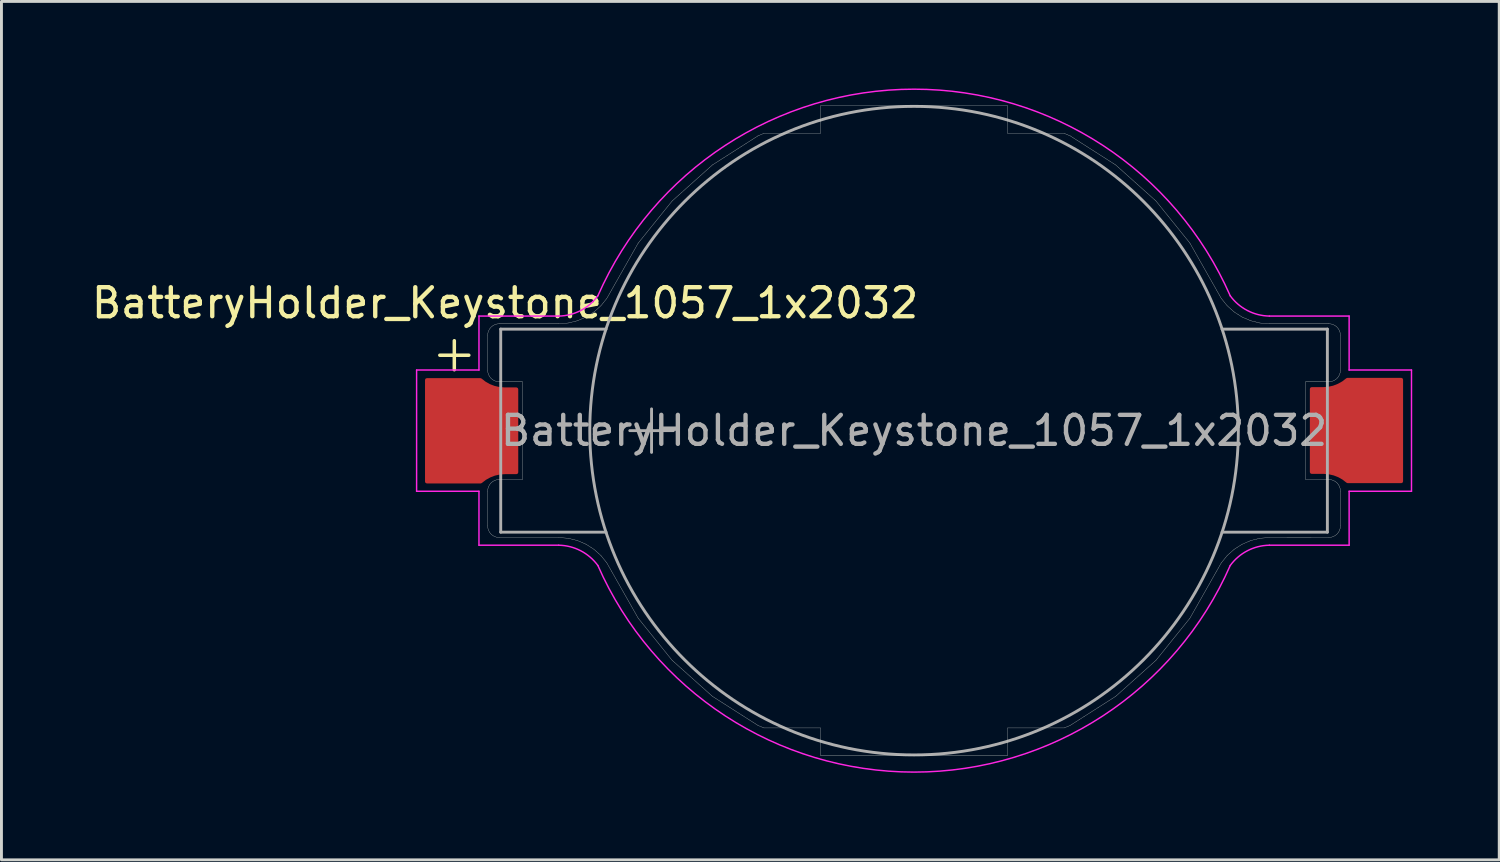
<source format=kicad_pcb>
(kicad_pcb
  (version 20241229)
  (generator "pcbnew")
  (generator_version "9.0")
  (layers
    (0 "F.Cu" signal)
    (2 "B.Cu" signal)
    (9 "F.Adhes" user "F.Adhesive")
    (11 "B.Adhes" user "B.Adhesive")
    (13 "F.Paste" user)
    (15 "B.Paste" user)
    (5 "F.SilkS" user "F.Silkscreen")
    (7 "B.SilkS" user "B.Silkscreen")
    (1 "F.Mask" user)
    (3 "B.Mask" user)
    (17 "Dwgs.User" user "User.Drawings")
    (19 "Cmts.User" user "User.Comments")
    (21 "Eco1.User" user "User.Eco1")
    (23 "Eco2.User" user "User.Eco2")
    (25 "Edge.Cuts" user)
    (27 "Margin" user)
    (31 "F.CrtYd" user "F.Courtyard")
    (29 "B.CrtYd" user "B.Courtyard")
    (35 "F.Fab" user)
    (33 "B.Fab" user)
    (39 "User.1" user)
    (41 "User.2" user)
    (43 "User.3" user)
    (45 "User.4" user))
  (footprint "BatteryHolder_Keystone_1057_1x2032"
    (layer "F.Cu")
    (at 28.463 11.797)
    (property "Reference" "BatteryHolder_Keystone_1057_1x2032" (at -14.1 -4.4 0) (layer "F.SilkS") (effects (font (size 1 1) (thickness 0.15))))
    (attr smd)
    (fp_line (start -15.85 -3.1) (end -15.85 -2.1) (stroke (width 0.12) (type solid)) (layer "F.SilkS"))
    (fp_line (start -15.35 -2.6) (end -16.35 -2.6) (stroke (width 0.12) (type solid)) (layer "F.SilkS"))
    (fp_line (start -14.7 -2.085) (end -14.7 -3.285) (stroke (width 0.01) (type solid)) (layer "Edge.Cuts"))
    (fp_line (start -14.7 3.285) (end -14.7 2.085) (stroke (width 0.01) (type solid)) (layer "Edge.Cuts"))
    (fp_line (start -14.3 -3.685) (end -12.245 -3.685) (stroke (width 0.01) (type solid)) (layer "Edge.Cuts"))
    (fp_line (start -14.3 1.685) (end -13.5 1.685) (stroke (width 0.01) (type solid)) (layer "Edge.Cuts"))
    (fp_line (start -13.5 -1.685) (end -14.3 -1.685) (stroke (width 0.01) (type solid)) (layer "Edge.Cuts"))
    (fp_line (start -13.5 1.685) (end -13.5 -1.685) (stroke (width 0.01) (type solid)) (layer "Edge.Cuts"))
    (fp_line (start -12.245 -3.685) (end -11.921 -3.711) (stroke (width 0.01) (type solid)) (layer "Edge.Cuts"))
    (fp_line (start -12.245 3.685) (end -14.3 3.685) (stroke (width 0.01) (type solid)) (layer "Edge.Cuts"))
    (fp_line (start -11.921 -3.711) (end -11.607 -3.789) (stroke (width 0.01) (type solid)) (layer "Edge.Cuts"))
    (fp_line (start -11.921 3.711) (end -12.245 3.685) (stroke (width 0.01) (type solid)) (layer "Edge.Cuts"))
    (fp_line (start -11.607 -3.789) (end -11.309 -3.917) (stroke (width 0.01) (type solid)) (layer "Edge.Cuts"))
    (fp_line (start -11.607 3.789) (end -11.921 3.711) (stroke (width 0.01) (type solid)) (layer "Edge.Cuts"))
    (fp_line (start -11.309 -3.917) (end -11.035 -4.092) (stroke (width 0.01) (type solid)) (layer "Edge.Cuts"))
    (fp_line (start -11.309 3.917) (end -11.607 3.789) (stroke (width 0.01) (type solid)) (layer "Edge.Cuts"))
    (fp_line (start -11.035 -4.092) (end -10.794 -4.308) (stroke (width 0.01) (type solid)) (layer "Edge.Cuts"))
    (fp_line (start -11.035 4.092) (end -11.309 3.917) (stroke (width 0.01) (type solid)) (layer "Edge.Cuts"))
    (fp_line (start -10.794 -4.308) (end -10.591 -4.561) (stroke (width 0.01) (type solid)) (layer "Edge.Cuts"))
    (fp_line (start -10.794 4.308) (end -11.035 4.092) (stroke (width 0.01) (type solid)) (layer "Edge.Cuts"))
    (fp_line (start -10.591 -4.561) (end -10.431 -4.843) (stroke (width 0.01) (type solid)) (layer "Edge.Cuts"))
    (fp_line (start -10.591 4.561) (end -10.794 4.308) (stroke (width 0.01) (type solid)) (layer "Edge.Cuts"))
    (fp_line (start -10.431 -4.843) (end -9.511 -6.465) (stroke (width 0.01) (type solid)) (layer "Edge.Cuts"))
    (fp_line (start -10.431 4.843) (end -10.591 4.561) (stroke (width 0.01) (type solid)) (layer "Edge.Cuts"))
    (fp_line (start -9.511 -6.465) (end -8.341 -7.917) (stroke (width 0.01) (type solid)) (layer "Edge.Cuts"))
    (fp_line (start -9.511 6.465) (end -10.431 4.843) (stroke (width 0.01) (type solid)) (layer "Edge.Cuts"))
    (fp_line (start -8.341 -7.917) (end -6.952 -9.16) (stroke (width 0.01) (type solid)) (layer "Edge.Cuts"))
    (fp_line (start -8.341 7.917) (end -9.511 6.465) (stroke (width 0.01) (type solid)) (layer "Edge.Cuts"))
    (fp_line (start -6.952 -9.16) (end -5.381 -10.163) (stroke (width 0.01) (type solid)) (layer "Edge.Cuts"))
    (fp_line (start -6.952 9.16) (end -8.341 7.917) (stroke (width 0.01) (type solid)) (layer "Edge.Cuts"))
    (fp_line (start -5.381 10.163) (end -6.952 9.16) (stroke (width 0.01) (type solid)) (layer "Edge.Cuts"))
    (fp_line (start -5.175 -10.25) (end -5.381 -10.163) (stroke (width 0.01) (type solid)) (layer "Edge.Cuts"))
    (fp_line (start -5.175 -10.25) (end -3.225 -10.25) (stroke (width 0.01) (type default)) (layer "Edge.Cuts"))
    (fp_line (start -5.175 10.25) (end -5.381 10.163) (stroke (width 0.01) (type solid)) (layer "Edge.Cuts"))
    (fp_line (start -5.175 10.25) (end -3.225 10.25) (stroke (width 0.01) (type default)) (layer "Edge.Cuts"))
    (fp_line (start -3.225 -10.25) (end -3.225 -11.2) (stroke (width 0.01) (type default)) (layer "Edge.Cuts"))
    (fp_line (start -3.225 10.25) (end -3.225 11.2) (stroke (width 0.01) (type default)) (layer "Edge.Cuts"))
    (fp_line (start 3.225 -11.2) (end -3.225 -11.2) (stroke (width 0.01) (type default)) (layer "Edge.Cuts"))
    (fp_line (start 3.225 -10.25) (end 3.225 -11.2) (stroke (width 0.01) (type default)) (layer "Edge.Cuts"))
    (fp_line (start 3.225 10.25) (end 3.225 11.2) (stroke (width 0.01) (type default)) (layer "Edge.Cuts"))
    (fp_line (start 3.225 11.2) (end -3.225 11.2) (stroke (width 0.01) (type default)) (layer "Edge.Cuts"))
    (fp_line (start 5.175 -10.25) (end 3.225 -10.25) (stroke (width 0.01) (type default)) (layer "Edge.Cuts"))
    (fp_line (start 5.175 -10.25) (end 5.381 -10.163) (stroke (width 0.01) (type solid)) (layer "Edge.Cuts"))
    (fp_line (start 5.175 10.25) (end 3.225 10.25) (stroke (width 0.01) (type default)) (layer "Edge.Cuts"))
    (fp_line (start 5.175 10.25) (end 5.381 10.163) (stroke (width 0.01) (type solid)) (layer "Edge.Cuts"))
    (fp_line (start 5.381 -10.163) (end 6.952 -9.16) (stroke (width 0.01) (type solid)) (layer "Edge.Cuts"))
    (fp_line (start 6.952 -9.16) (end 8.341 -7.917) (stroke (width 0.01) (type solid)) (layer "Edge.Cuts"))
    (fp_line (start 6.952 9.16) (end 5.381 10.163) (stroke (width 0.01) (type solid)) (layer "Edge.Cuts"))
    (fp_line (start 8.341 -7.917) (end 9.511 -6.465) (stroke (width 0.01) (type solid)) (layer "Edge.Cuts"))
    (fp_line (start 8.341 7.917) (end 6.952 9.16) (stroke (width 0.01) (type solid)) (layer "Edge.Cuts"))
    (fp_line (start 9.511 -6.465) (end 10.431 -4.843) (stroke (width 0.01) (type solid)) (layer "Edge.Cuts"))
    (fp_line (start 9.511 6.465) (end 8.341 7.917) (stroke (width 0.01) (type solid)) (layer "Edge.Cuts"))
    (fp_line (start 10.431 -4.843) (end 10.591 -4.561) (stroke (width 0.01) (type solid)) (layer "Edge.Cuts"))
    (fp_line (start 10.431 4.843) (end 9.511 6.465) (stroke (width 0.01) (type solid)) (layer "Edge.Cuts"))
    (fp_line (start 10.591 -4.561) (end 10.794 -4.308) (stroke (width 0.01) (type solid)) (layer "Edge.Cuts"))
    (fp_line (start 10.591 4.561) (end 10.431 4.843) (stroke (width 0.01) (type solid)) (layer "Edge.Cuts"))
    (fp_line (start 10.794 -4.308) (end 11.035 -4.092) (stroke (width 0.01) (type solid)) (layer "Edge.Cuts"))
    (fp_line (start 10.794 4.308) (end 10.591 4.561) (stroke (width 0.01) (type solid)) (layer "Edge.Cuts"))
    (fp_line (start 11.035 -4.092) (end 11.309 -3.917) (stroke (width 0.01) (type solid)) (layer "Edge.Cuts"))
    (fp_line (start 11.035 4.092) (end 10.794 4.308) (stroke (width 0.01) (type solid)) (layer "Edge.Cuts"))
    (fp_line (start 11.309 -3.917) (end 11.607 -3.789) (stroke (width 0.01) (type solid)) (layer "Edge.Cuts"))
    (fp_line (start 11.309 3.917) (end 11.035 4.092) (stroke (width 0.01) (type solid)) (layer "Edge.Cuts"))
    (fp_line (start 11.607 -3.789) (end 11.921 -3.711) (stroke (width 0.01) (type solid)) (layer "Edge.Cuts"))
    (fp_line (start 11.607 3.789) (end 11.309 3.917) (stroke (width 0.01) (type solid)) (layer "Edge.Cuts"))
    (fp_line (start 11.921 -3.711) (end 12.245 -3.685) (stroke (width 0.01) (type solid)) (layer "Edge.Cuts"))
    (fp_line (start 11.921 3.711) (end 11.607 3.789) (stroke (width 0.01) (type solid)) (layer "Edge.Cuts"))
    (fp_line (start 12.245 -3.685) (end 14.3 -3.685) (stroke (width 0.01) (type solid)) (layer "Edge.Cuts"))
    (fp_line (start 12.245 3.685) (end 11.921 3.711) (stroke (width 0.01) (type solid)) (layer "Edge.Cuts"))
    (fp_line (start 13.5 -1.685) (end 13.5 1.685) (stroke (width 0.01) (type solid)) (layer "Edge.Cuts"))
    (fp_line (start 13.5 1.685) (end 14.3 1.685) (stroke (width 0.01) (type solid)) (layer "Edge.Cuts"))
    (fp_line (start 14.3 -1.685) (end 13.5 -1.685) (stroke (width 0.01) (type solid)) (layer "Edge.Cuts"))
    (fp_line (start 14.3 3.683) (end 12.245 3.685) (stroke (width 0.01) (type solid)) (layer "Edge.Cuts"))
    (fp_line (start 14.7 -3.285) (end 14.7 -2.085) (stroke (width 0.01) (type solid)) (layer "Edge.Cuts"))
    (fp_line (start 14.7 2.085) (end 14.7 3.283) (stroke (width 0.01) (type solid)) (layer "Edge.Cuts"))
    (fp_arc (start -14.7 -3.285) (mid -14.582843 -3.567843) (end -14.3 -3.685) (stroke (width 0.01) (type solid)) (layer "Edge.Cuts"))
    (fp_arc (start -14.7 2.084949) (mid -14.582843 1.802106) (end -14.3 1.684949) (stroke (width 0.01) (type solid)) (layer "Edge.Cuts"))
    (fp_arc (start -14.3 -1.68505) (mid -14.582843 -1.802207) (end -14.7 -2.08505) (stroke (width 0.01) (type solid)) (layer "Edge.Cuts"))
    (fp_arc (start -14.3 3.684899) (mid -14.582843 3.567742) (end -14.7 3.284899) (stroke (width 0.01) (type solid)) (layer "Edge.Cuts"))
    (fp_arc (start 14.3 -3.685) (mid 14.582843 -3.567843) (end 14.7 -3.285) (stroke (width 0.01) (type solid)) (layer "Edge.Cuts"))
    (fp_arc (start 14.3 1.68505) (mid 14.582843 1.802207) (end 14.7 2.08505) (stroke (width 0.01) (type solid)) (layer "Edge.Cuts"))
    (fp_arc (start 14.7 -2.08505) (mid 14.582843 -1.802207) (end 14.3 -1.68505) (stroke (width 0.01) (type solid)) (layer "Edge.Cuts"))
    (fp_arc (start 14.7 3.282793) (mid 14.582843 3.565636) (end 14.3 3.682793) (stroke (width 0.01) (type solid)) (layer "Edge.Cuts"))
    (fp_line (start -17.15 -2.09) (end -17.15 2.09) (stroke (width 0.05) (type solid)) (layer "F.CrtYd"))
    (fp_line (start -17.15 2.09) (end -15 2.09) (stroke (width 0.05) (type solid)) (layer "F.CrtYd"))
    (fp_line (start -15 -3.95) (end -15 -2.09) (stroke (width 0.05) (type solid)) (layer "F.CrtYd"))
    (fp_line (start -15 -2.09) (end -17.15 -2.09) (stroke (width 0.05) (type solid)) (layer "F.CrtYd"))
    (fp_line (start -15 3.95) (end -15 2.09) (stroke (width 0.05) (type solid)) (layer "F.CrtYd"))
    (fp_line (start -12.25 -3.95) (end -15 -3.95) (stroke (width 0.05) (type solid)) (layer "F.CrtYd"))
    (fp_line (start -12.25 3.95) (end -15 3.95) (stroke (width 0.05) (type solid)) (layer "F.CrtYd"))
    (fp_line (start 12.25 -3.95) (end 15 -3.95) (stroke (width 0.05) (type solid)) (layer "F.CrtYd"))
    (fp_line (start 12.25 3.95) (end 15 3.95) (stroke (width 0.05) (type solid)) (layer "F.CrtYd"))
    (fp_line (start 15 -3.95) (end 15 -2.09) (stroke (width 0.05) (type solid)) (layer "F.CrtYd"))
    (fp_line (start 15 2.09) (end 17.15 2.09) (stroke (width 0.05) (type solid)) (layer "F.CrtYd"))
    (fp_line (start 15 3.95) (end 15 2.09) (stroke (width 0.05) (type solid)) (layer "F.CrtYd"))
    (fp_line (start 17.15 -2.09) (end 15 -2.09) (stroke (width 0.05) (type solid)) (layer "F.CrtYd"))
    (fp_line (start 17.15 2.09) (end 17.15 -2.09) (stroke (width 0.05) (type solid)) (layer "F.CrtYd"))
    (fp_arc (start -12.25 3.95) (mid -11.492594 4.141075) (end -10.9 4.65) (stroke (width 0.05) (type solid)) (layer "F.CrtYd"))
    (fp_arc (start -10.9 -4.65) (mid -11.492594 -4.141075) (end -12.25 -3.95) (stroke (width 0.05) (type solid)) (layer "F.CrtYd"))
    (fp_arc (start -10.9 -4.65) (mid 0 -11.772188) (end 10.9 -4.65) (stroke (width 0.05) (type solid)) (layer "F.CrtYd"))
    (fp_arc (start 10.9 4.65) (mid 0 11.7722) (end -10.9 4.65) (stroke (width 0.05) (type solid)) (layer "F.CrtYd"))
    (fp_arc (start 10.9 4.65) (mid 11.492594 4.141075) (end 12.25 3.95) (stroke (width 0.05) (type solid)) (layer "F.CrtYd"))
    (fp_arc (start 12.25 -3.95) (mid 11.492594 -4.141075) (end 10.9 -4.65) (stroke (width 0.05) (type solid)) (layer "F.CrtYd"))
    (fp_line (start -14.25 -3.5) (end -14.25 3.5) (stroke (width 0.1) (type solid)) (layer "F.Fab"))
    (fp_line (start -14.25 3.5) (end -10.62 3.5) (stroke (width 0.1) (type solid)) (layer "F.Fab"))
    (fp_line (start -10.62 -3.5) (end -14.25 -3.5) (stroke (width 0.1) (type solid)) (layer "F.Fab"))
    (fp_line (start -9.8 0) (end -8.3 0) (stroke (width 0.1) (type solid)) (layer "F.Fab"))
    (fp_line (start -9.05 -0.75) (end -9.05 0.75) (stroke (width 0.1) (type solid)) (layer "F.Fab"))
    (fp_line (start 10.62 -3.5) (end 14.25 -3.5) (stroke (width 0.1) (type solid)) (layer "F.Fab"))
    (fp_line (start 14.25 -3.5) (end 14.25 3.5) (stroke (width 0.1) (type solid)) (layer "F.Fab"))
    (fp_line (start 14.25 3.5) (end 10.62 3.5) (stroke (width 0.1) (type solid)) (layer "F.Fab"))
    (fp_circle (center 0 0) (end 11.18 0) (stroke (width 0.1) (type solid)) (fill no) (layer "F.Fab"))
    (fp_text user "${REFERENCE}" (at 0 0 0) (unlocked yes) (layer "F.Fab") (effects (font (size 1 1) (thickness 0.15))))
    (pad "1" smd custom (at -15.15 -0.1) (size 1 1) (layers "F.Cu" "F.Mask" "F.Paste") (options (anchor rect)) (primitives (gr_poly (pts (xy 0.2 -1.65) (xy 0.272 -1.595) (xy 0.343 -1.539) (xy 0.501 -1.45) (xy 0.585 -1.417) (xy 0.669 -1.385) (xy 0.758 -1.365) (xy 0.846 -1.344) (xy 1.026 -1.33) (xy 1.235 -1.33) (xy 1.444 -1.33) (xy 1.444 1.54) (xy 1.044 1.54) (xy 0.862 1.553) (xy 0.683 1.593) (xy 0.513 1.659) (xy 0.353 1.748) (xy 0.281 1.804) (xy 0.209 1.86) (xy -1.65 1.86) (xy -1.65 -1.65)) (width 0.12) (fill yes))))
    (pad "2" smd custom (at 15.15 0.1 180) (size 1 1) (layers "F.Cu" "F.Mask" "F.Paste") (options (anchor rect)) (primitives (gr_poly (pts (xy 0.2 -1.65) (xy 0.272 -1.595) (xy 0.343 -1.539) (xy 0.501 -1.45) (xy 0.585 -1.417) (xy 0.669 -1.385) (xy 0.758 -1.365) (xy 0.846 -1.344) (xy 1.026 -1.33) (xy 1.235 -1.33) (xy 1.444 -1.33) (xy 1.444 1.54) (xy 1.044 1.54) (xy 0.862 1.553) (xy 0.683 1.593) (xy 0.513 1.659) (xy 0.353 1.748) (xy 0.281 1.804) (xy 0.209 1.86) (xy -1.65 1.86) (xy -1.65 -1.65)) (width 0.12) (fill yes)))))
  (gr_rect
    (start -3 -3)
    (end 48.638 26.594)
    (stroke (width 0.1) (type default))
    (fill no)
    (layer "Edge.Cuts")))
</source>
